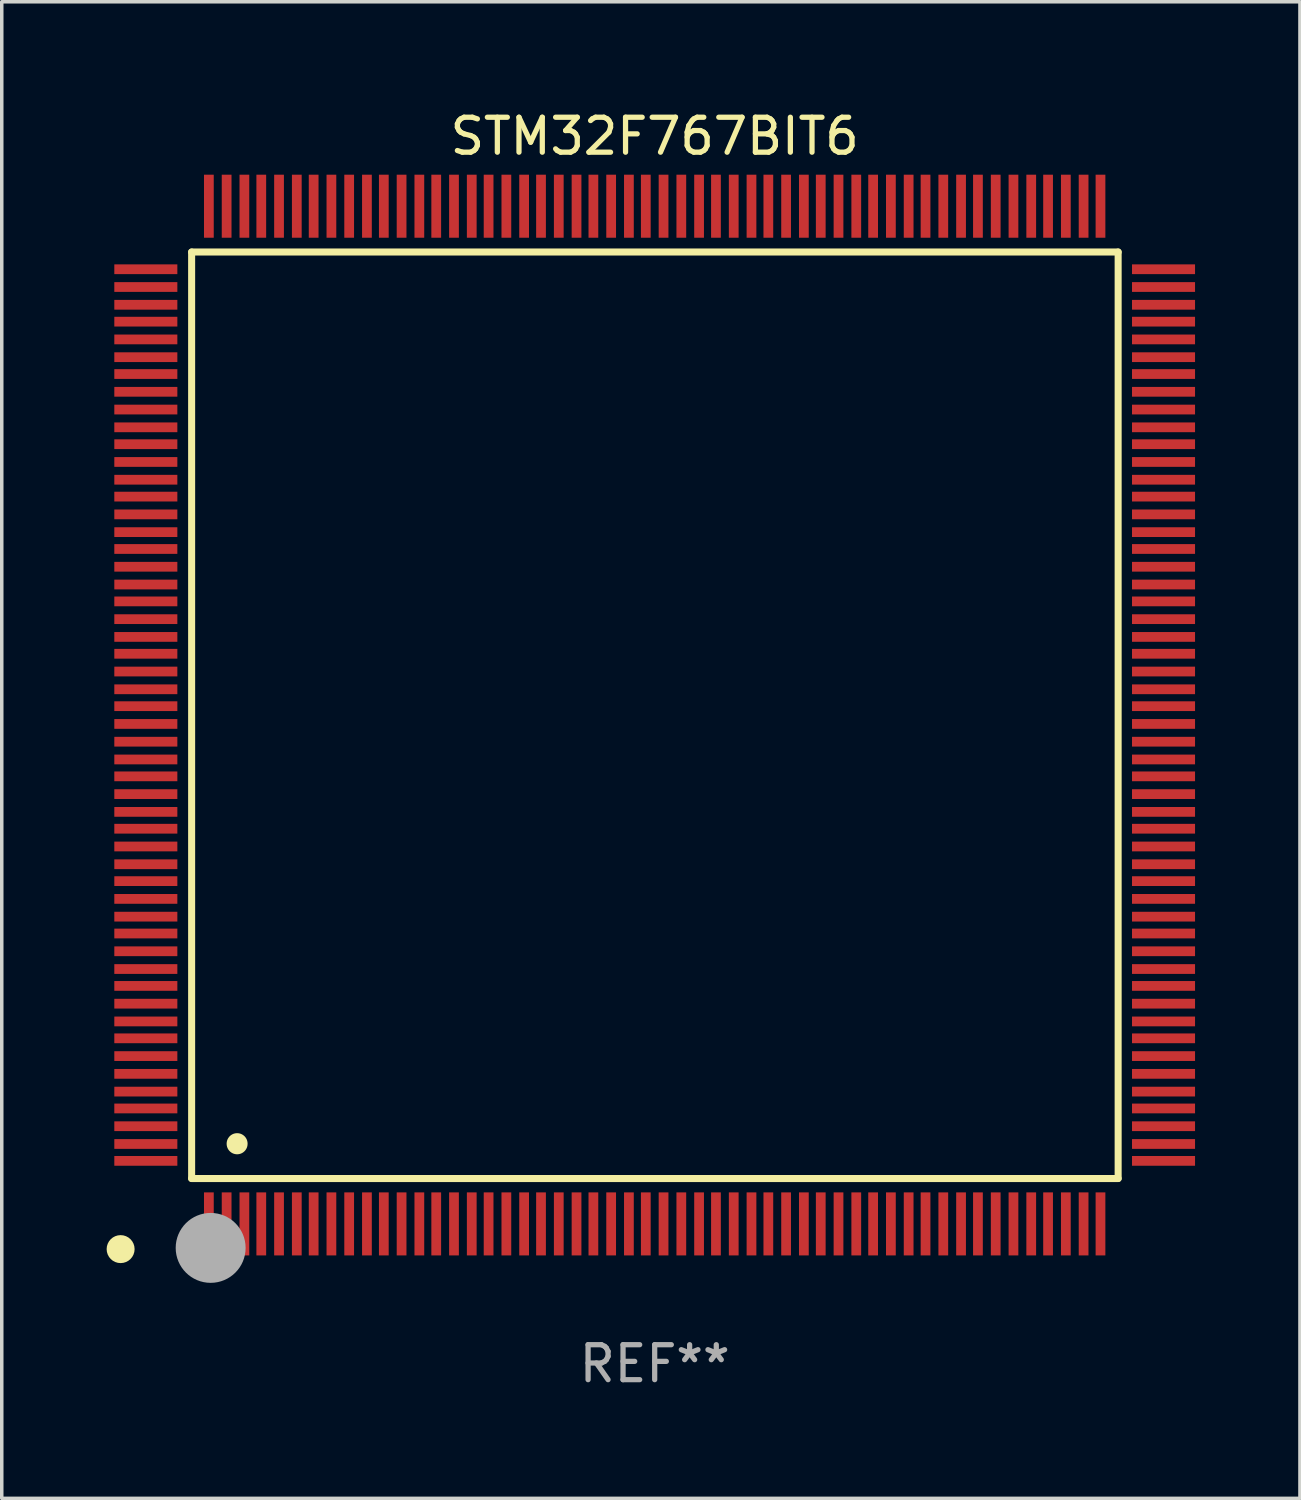
<source format=kicad_pcb>
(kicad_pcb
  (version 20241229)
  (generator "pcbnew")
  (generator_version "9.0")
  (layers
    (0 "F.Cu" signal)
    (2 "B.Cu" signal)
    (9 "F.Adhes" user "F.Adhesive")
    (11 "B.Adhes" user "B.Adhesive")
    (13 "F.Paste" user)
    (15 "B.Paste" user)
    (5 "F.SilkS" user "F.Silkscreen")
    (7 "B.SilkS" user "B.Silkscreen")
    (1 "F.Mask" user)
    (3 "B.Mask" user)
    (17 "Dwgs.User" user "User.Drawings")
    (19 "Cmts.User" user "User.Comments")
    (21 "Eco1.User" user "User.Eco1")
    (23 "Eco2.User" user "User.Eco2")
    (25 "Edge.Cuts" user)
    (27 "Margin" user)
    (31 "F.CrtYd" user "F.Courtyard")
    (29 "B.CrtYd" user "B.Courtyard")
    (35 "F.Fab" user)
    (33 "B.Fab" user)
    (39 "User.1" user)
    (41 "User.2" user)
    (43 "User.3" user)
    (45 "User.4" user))
  (footprint "STM32F767BIT6"
    (layer "F.Cu")
    (at 15.675 17.402)
    (property "Reference" "STM32F767BIT6" (at 0 -16.554 0) (layer "F.SilkS") (effects (font (size 1 1) (thickness 0.15))))
    (attr through_hole)
    (fp_line (start -13.244 -13.244) (end -13.244 13.256) (stroke (width 0.201) (type solid)) (layer "F.SilkS"))
    (fp_line (start -13.244 13.256) (end 13.256 13.256) (stroke (width 0.201) (type solid)) (layer "F.SilkS"))
    (fp_line (start 13.256 -13.244) (end -13.244 -13.244) (stroke (width 0.201) (type solid)) (layer "F.SilkS"))
    (fp_line (start 13.256 13.256) (end 13.256 -13.244) (stroke (width 0.201) (type solid)) (layer "F.SilkS"))
    (fp_arc (start -13.268987 14.90983) (mid -13.268992 14.90856) (end -13.268987 14.90729) (stroke (width 0.299721) (type solid)) (layer "F.SilkS"))
    (fp_arc (start -11.943104 12.263145) (mid -11.943115 12.260605) (end -11.943104 12.258065) (stroke (width 0.599441) (type solid)) (layer "F.SilkS"))
    (fp_circle (center -15.275 15.275) (end -15.075 15.275) (stroke (width 0.4) (type solid)) (fill no) (layer "F.SilkS"))
    (fp_circle (center -12.7 15.24) (end -12.2 15.24) (stroke (width 1) (type solid)) (fill no) (layer "F.Fab"))
    (fp_text user "REF**" (at 0 18.554 0) (layer "F.Fab") (effects (font (size 1 1) (thickness 0.15))))
    (pad "1" smd rect (at -12.751 14.554 180) (size 0.279 1.803) (layers "F.Cu" "F.Mask" "F.Paste"))
    (pad "2" smd rect (at -12.243 14.554 180) (size 0.279 1.803) (layers "F.Cu" "F.Mask" "F.Paste"))
    (pad "3" smd rect (at -11.735 14.554 180) (size 0.279 1.803) (layers "F.Cu" "F.Mask" "F.Paste"))
    (pad "4" smd rect (at -11.252 14.554 180) (size 0.279 1.803) (layers "F.Cu" "F.Mask" "F.Paste"))
    (pad "5" smd rect (at -10.744 14.554 180) (size 0.279 1.803) (layers "F.Cu" "F.Mask" "F.Paste"))
    (pad "6" smd rect (at -10.236 14.554 180) (size 0.279 1.803) (layers "F.Cu" "F.Mask" "F.Paste"))
    (pad "7" smd rect (at -9.754 14.554 180) (size 0.279 1.803) (layers "F.Cu" "F.Mask" "F.Paste"))
    (pad "8" smd rect (at -9.246 14.554 180) (size 0.279 1.803) (layers "F.Cu" "F.Mask" "F.Paste"))
    (pad "9" smd rect (at -8.738 14.554 180) (size 0.279 1.803) (layers "F.Cu" "F.Mask" "F.Paste"))
    (pad "10" smd rect (at -8.23 14.554 180) (size 0.279 1.803) (layers "F.Cu" "F.Mask" "F.Paste"))
    (pad "11" smd rect (at -7.747 14.554 180) (size 0.279 1.803) (layers "F.Cu" "F.Mask" "F.Paste"))
    (pad "12" smd rect (at -7.239 14.554 180) (size 0.279 1.803) (layers "F.Cu" "F.Mask" "F.Paste"))
    (pad "13" smd rect (at -6.731 14.554 180) (size 0.279 1.803) (layers "F.Cu" "F.Mask" "F.Paste"))
    (pad "14" smd rect (at -6.248 14.554 180) (size 0.279 1.803) (layers "F.Cu" "F.Mask" "F.Paste"))
    (pad "15" smd rect (at -5.74 14.554 180) (size 0.279 1.803) (layers "F.Cu" "F.Mask" "F.Paste"))
    (pad "16" smd rect (at -5.232 14.554 180) (size 0.279 1.803) (layers "F.Cu" "F.Mask" "F.Paste"))
    (pad "17" smd rect (at -4.75 14.554 180) (size 0.279 1.803) (layers "F.Cu" "F.Mask" "F.Paste"))
    (pad "18" smd rect (at -4.242 14.554 180) (size 0.279 1.803) (layers "F.Cu" "F.Mask" "F.Paste"))
    (pad "19" smd rect (at -3.734 14.554 180) (size 0.279 1.803) (layers "F.Cu" "F.Mask" "F.Paste"))
    (pad "20" smd rect (at -3.251 14.554 180) (size 0.279 1.803) (layers "F.Cu" "F.Mask" "F.Paste"))
    (pad "21" smd rect (at -2.743 14.554 180) (size 0.279 1.803) (layers "F.Cu" "F.Mask" "F.Paste"))
    (pad "22" smd rect (at -2.235 14.554 180) (size 0.279 1.803) (layers "F.Cu" "F.Mask" "F.Paste"))
    (pad "23" smd rect (at -1.753 14.554 180) (size 0.279 1.803) (layers "F.Cu" "F.Mask" "F.Paste"))
    (pad "24" smd rect (at -1.245 14.554 180) (size 0.279 1.803) (layers "F.Cu" "F.Mask" "F.Paste"))
    (pad "25" smd rect (at -0.737 14.554 180) (size 0.279 1.803) (layers "F.Cu" "F.Mask" "F.Paste"))
    (pad "26" smd rect (at -0.254 14.554 180) (size 0.279 1.803) (layers "F.Cu" "F.Mask" "F.Paste"))
    (pad "27" smd rect (at 0.254 14.554 180) (size 0.279 1.803) (layers "F.Cu" "F.Mask" "F.Paste"))
    (pad "28" smd rect (at 0.762 14.554 180) (size 0.279 1.803) (layers "F.Cu" "F.Mask" "F.Paste"))
    (pad "29" smd rect (at 1.27 14.554 180) (size 0.279 1.803) (layers "F.Cu" "F.Mask" "F.Paste"))
    (pad "30" smd rect (at 1.753 14.554 180) (size 0.279 1.803) (layers "F.Cu" "F.Mask" "F.Paste"))
    (pad "31" smd rect (at 2.261 14.554 180) (size 0.279 1.803) (layers "F.Cu" "F.Mask" "F.Paste"))
    (pad "32" smd rect (at 2.769 14.554 180) (size 0.279 1.803) (layers "F.Cu" "F.Mask" "F.Paste"))
    (pad "33" smd rect (at 3.251 14.554 180) (size 0.279 1.803) (layers "F.Cu" "F.Mask" "F.Paste"))
    (pad "34" smd rect (at 3.759 14.554 180) (size 0.279 1.803) (layers "F.Cu" "F.Mask" "F.Paste"))
    (pad "35" smd rect (at 4.267 14.554 180) (size 0.279 1.803) (layers "F.Cu" "F.Mask" "F.Paste"))
    (pad "36" smd rect (at 4.75 14.554 180) (size 0.279 1.803) (layers "F.Cu" "F.Mask" "F.Paste"))
    (pad "37" smd rect (at 5.258 14.554 180) (size 0.279 1.803) (layers "F.Cu" "F.Mask" "F.Paste"))
    (pad "38" smd rect (at 5.766 14.554 180) (size 0.279 1.803) (layers "F.Cu" "F.Mask" "F.Paste"))
    (pad "39" smd rect (at 6.248 14.554 180) (size 0.279 1.803) (layers "F.Cu" "F.Mask" "F.Paste"))
    (pad "40" smd rect (at 6.756 14.554 180) (size 0.279 1.803) (layers "F.Cu" "F.Mask" "F.Paste"))
    (pad "41" smd rect (at 7.264 14.554 180) (size 0.279 1.803) (layers "F.Cu" "F.Mask" "F.Paste"))
    (pad "42" smd rect (at 7.747 14.554 180) (size 0.279 1.803) (layers "F.Cu" "F.Mask" "F.Paste"))
    (pad "43" smd rect (at 8.255 14.554 180) (size 0.279 1.803) (layers "F.Cu" "F.Mask" "F.Paste"))
    (pad "44" smd rect (at 8.763 14.554 180) (size 0.279 1.803) (layers "F.Cu" "F.Mask" "F.Paste"))
    (pad "45" smd rect (at 9.246 14.554 180) (size 0.279 1.803) (layers "F.Cu" "F.Mask" "F.Paste"))
    (pad "46" smd rect (at 9.754 14.554 180) (size 0.279 1.803) (layers "F.Cu" "F.Mask" "F.Paste"))
    (pad "47" smd rect (at 10.262 14.554 180) (size 0.279 1.803) (layers "F.Cu" "F.Mask" "F.Paste"))
    (pad "48" smd rect (at 10.77 14.554 180) (size 0.279 1.803) (layers "F.Cu" "F.Mask" "F.Paste"))
    (pad "49" smd rect (at 11.252 14.554 180) (size 0.279 1.803) (layers "F.Cu" "F.Mask" "F.Paste"))
    (pad "50" smd rect (at 11.76 14.554 180) (size 0.279 1.803) (layers "F.Cu" "F.Mask" "F.Paste"))
    (pad "51" smd rect (at 12.268 14.554 180) (size 0.279 1.803) (layers "F.Cu" "F.Mask" "F.Paste"))
    (pad "52" smd rect (at 12.751 14.554 180) (size 0.279 1.803) (layers "F.Cu" "F.Mask" "F.Paste"))
    (pad "53" smd rect (at 14.554 12.751 90) (size 0.279 1.803) (layers "F.Cu" "F.Mask" "F.Paste"))
    (pad "54" smd rect (at 14.554 12.268 90) (size 0.279 1.803) (layers "F.Cu" "F.Mask" "F.Paste"))
    (pad "55" smd rect (at 14.554 11.76 90) (size 0.279 1.803) (layers "F.Cu" "F.Mask" "F.Paste"))
    (pad "56" smd rect (at 14.554 11.252 90) (size 0.279 1.803) (layers "F.Cu" "F.Mask" "F.Paste"))
    (pad "57" smd rect (at 14.554 10.77 90) (size 0.279 1.803) (layers "F.Cu" "F.Mask" "F.Paste"))
    (pad "58" smd rect (at 14.554 10.262 90) (size 0.279 1.803) (layers "F.Cu" "F.Mask" "F.Paste"))
    (pad "59" smd rect (at 14.554 9.754 90) (size 0.279 1.803) (layers "F.Cu" "F.Mask" "F.Paste"))
    (pad "60" smd rect (at 14.554 9.246 90) (size 0.279 1.803) (layers "F.Cu" "F.Mask" "F.Paste"))
    (pad "61" smd rect (at 14.554 8.763 90) (size 0.279 1.803) (layers "F.Cu" "F.Mask" "F.Paste"))
    (pad "62" smd rect (at 14.554 8.255 90) (size 0.279 1.803) (layers "F.Cu" "F.Mask" "F.Paste"))
    (pad "63" smd rect (at 14.554 7.747 90) (size 0.279 1.803) (layers "F.Cu" "F.Mask" "F.Paste"))
    (pad "64" smd rect (at 14.554 7.264 90) (size 0.279 1.803) (layers "F.Cu" "F.Mask" "F.Paste"))
    (pad "65" smd rect (at 14.554 6.756 90) (size 0.279 1.803) (layers "F.Cu" "F.Mask" "F.Paste"))
    (pad "66" smd rect (at 14.554 6.248 90) (size 0.279 1.803) (layers "F.Cu" "F.Mask" "F.Paste"))
    (pad "67" smd rect (at 14.554 5.766 90) (size 0.279 1.803) (layers "F.Cu" "F.Mask" "F.Paste"))
    (pad "68" smd rect (at 14.554 5.258 90) (size 0.279 1.803) (layers "F.Cu" "F.Mask" "F.Paste"))
    (pad "69" smd rect (at 14.554 4.75 90) (size 0.279 1.803) (layers "F.Cu" "F.Mask" "F.Paste"))
    (pad "70" smd rect (at 14.554 4.267 90) (size 0.279 1.803) (layers "F.Cu" "F.Mask" "F.Paste"))
    (pad "71" smd rect (at 14.554 3.759 90) (size 0.279 1.803) (layers "F.Cu" "F.Mask" "F.Paste"))
    (pad "72" smd rect (at 14.554 3.251 90) (size 0.279 1.803) (layers "F.Cu" "F.Mask" "F.Paste"))
    (pad "73" smd rect (at 14.554 2.769 90) (size 0.279 1.803) (layers "F.Cu" "F.Mask" "F.Paste"))
    (pad "74" smd rect (at 14.554 2.261 90) (size 0.279 1.803) (layers "F.Cu" "F.Mask" "F.Paste"))
    (pad "75" smd rect (at 14.554 1.753 90) (size 0.279 1.803) (layers "F.Cu" "F.Mask" "F.Paste"))
    (pad "76" smd rect (at 14.554 1.27 90) (size 0.279 1.803) (layers "F.Cu" "F.Mask" "F.Paste"))
    (pad "77" smd rect (at 14.554 0.762 90) (size 0.279 1.803) (layers "F.Cu" "F.Mask" "F.Paste"))
    (pad "78" smd rect (at 14.554 0.254 90) (size 0.279 1.803) (layers "F.Cu" "F.Mask" "F.Paste"))
    (pad "79" smd rect (at 14.554 -0.254 90) (size 0.279 1.803) (layers "F.Cu" "F.Mask" "F.Paste"))
    (pad "80" smd rect (at 14.554 -0.737 90) (size 0.279 1.803) (layers "F.Cu" "F.Mask" "F.Paste"))
    (pad "81" smd rect (at 14.554 -1.245 90) (size 0.279 1.803) (layers "F.Cu" "F.Mask" "F.Paste"))
    (pad "82" smd rect (at 14.554 -1.753 90) (size 0.279 1.803) (layers "F.Cu" "F.Mask" "F.Paste"))
    (pad "83" smd rect (at 14.554 -2.235 90) (size 0.279 1.803) (layers "F.Cu" "F.Mask" "F.Paste"))
    (pad "84" smd rect (at 14.554 -2.743 90) (size 0.279 1.803) (layers "F.Cu" "F.Mask" "F.Paste"))
    (pad "85" smd rect (at 14.554 -3.251 90) (size 0.279 1.803) (layers "F.Cu" "F.Mask" "F.Paste"))
    (pad "86" smd rect (at 14.554 -3.734 90) (size 0.279 1.803) (layers "F.Cu" "F.Mask" "F.Paste"))
    (pad "87" smd rect (at 14.554 -4.242 90) (size 0.279 1.803) (layers "F.Cu" "F.Mask" "F.Paste"))
    (pad "88" smd rect (at 14.554 -4.75 90) (size 0.279 1.803) (layers "F.Cu" "F.Mask" "F.Paste"))
    (pad "89" smd rect (at 14.554 -5.232 90) (size 0.279 1.803) (layers "F.Cu" "F.Mask" "F.Paste"))
    (pad "90" smd rect (at 14.554 -5.74 90) (size 0.279 1.803) (layers "F.Cu" "F.Mask" "F.Paste"))
    (pad "91" smd rect (at 14.554 -6.248 90) (size 0.279 1.803) (layers "F.Cu" "F.Mask" "F.Paste"))
    (pad "92" smd rect (at 14.554 -6.731 90) (size 0.279 1.803) (layers "F.Cu" "F.Mask" "F.Paste"))
    (pad "93" smd rect (at 14.554 -7.239 90) (size 0.279 1.803) (layers "F.Cu" "F.Mask" "F.Paste"))
    (pad "94" smd rect (at 14.554 -7.747 90) (size 0.279 1.803) (layers "F.Cu" "F.Mask" "F.Paste"))
    (pad "95" smd rect (at 14.554 -8.23 90) (size 0.279 1.803) (layers "F.Cu" "F.Mask" "F.Paste"))
    (pad "96" smd rect (at 14.554 -8.738 90) (size 0.279 1.803) (layers "F.Cu" "F.Mask" "F.Paste"))
    (pad "97" smd rect (at 14.554 -9.246 90) (size 0.279 1.803) (layers "F.Cu" "F.Mask" "F.Paste"))
    (pad "98" smd rect (at 14.554 -9.754 90) (size 0.279 1.803) (layers "F.Cu" "F.Mask" "F.Paste"))
    (pad "99" smd rect (at 14.554 -10.236 90) (size 0.279 1.803) (layers "F.Cu" "F.Mask" "F.Paste"))
    (pad "100" smd rect (at 14.554 -10.744 90) (size 0.279 1.803) (layers "F.Cu" "F.Mask" "F.Paste"))
    (pad "101" smd rect (at 14.554 -11.252 90) (size 0.279 1.803) (layers "F.Cu" "F.Mask" "F.Paste"))
    (pad "102" smd rect (at 14.554 -11.735 90) (size 0.279 1.803) (layers "F.Cu" "F.Mask" "F.Paste"))
    (pad "103" smd rect (at 14.554 -12.243 90) (size 0.279 1.803) (layers "F.Cu" "F.Mask" "F.Paste"))
    (pad "104" smd rect (at 14.554 -12.751 90) (size 0.279 1.803) (layers "F.Cu" "F.Mask" "F.Paste"))
    (pad "105" smd rect (at 12.751 -14.554 180) (size 0.279 1.803) (layers "F.Cu" "F.Mask" "F.Paste"))
    (pad "106" smd rect (at 12.268 -14.554 180) (size 0.279 1.803) (layers "F.Cu" "F.Mask" "F.Paste"))
    (pad "107" smd rect (at 11.76 -14.554 180) (size 0.279 1.803) (layers "F.Cu" "F.Mask" "F.Paste"))
    (pad "108" smd rect (at 11.252 -14.554 180) (size 0.279 1.803) (layers "F.Cu" "F.Mask" "F.Paste"))
    (pad "109" smd rect (at 10.77 -14.554 180) (size 0.279 1.803) (layers "F.Cu" "F.Mask" "F.Paste"))
    (pad "110" smd rect (at 10.262 -14.554 180) (size 0.279 1.803) (layers "F.Cu" "F.Mask" "F.Paste"))
    (pad "111" smd rect (at 9.754 -14.554 180) (size 0.279 1.803) (layers "F.Cu" "F.Mask" "F.Paste"))
    (pad "112" smd rect (at 9.246 -14.554 180) (size 0.279 1.803) (layers "F.Cu" "F.Mask" "F.Paste"))
    (pad "113" smd rect (at 8.763 -14.554 180) (size 0.279 1.803) (layers "F.Cu" "F.Mask" "F.Paste"))
    (pad "114" smd rect (at 8.255 -14.554 180) (size 0.279 1.803) (layers "F.Cu" "F.Mask" "F.Paste"))
    (pad "115" smd rect (at 7.747 -14.554 180) (size 0.279 1.803) (layers "F.Cu" "F.Mask" "F.Paste"))
    (pad "116" smd rect (at 7.264 -14.554 180) (size 0.279 1.803) (layers "F.Cu" "F.Mask" "F.Paste"))
    (pad "117" smd rect (at 6.756 -14.554 180) (size 0.279 1.803) (layers "F.Cu" "F.Mask" "F.Paste"))
    (pad "118" smd rect (at 6.248 -14.554 180) (size 0.279 1.803) (layers "F.Cu" "F.Mask" "F.Paste"))
    (pad "119" smd rect (at 5.766 -14.554 180) (size 0.279 1.803) (layers "F.Cu" "F.Mask" "F.Paste"))
    (pad "120" smd rect (at 5.258 -14.554 180) (size 0.279 1.803) (layers "F.Cu" "F.Mask" "F.Paste"))
    (pad "121" smd rect (at 4.75 -14.554 180) (size 0.279 1.803) (layers "F.Cu" "F.Mask" "F.Paste"))
    (pad "122" smd rect (at 4.267 -14.554 180) (size 0.279 1.803) (layers "F.Cu" "F.Mask" "F.Paste"))
    (pad "123" smd rect (at 3.759 -14.554 180) (size 0.279 1.803) (layers "F.Cu" "F.Mask" "F.Paste"))
    (pad "124" smd rect (at 3.251 -14.554 180) (size 0.279 1.803) (layers "F.Cu" "F.Mask" "F.Paste"))
    (pad "125" smd rect (at 2.769 -14.554 180) (size 0.279 1.803) (layers "F.Cu" "F.Mask" "F.Paste"))
    (pad "126" smd rect (at 2.261 -14.554 180) (size 0.279 1.803) (layers "F.Cu" "F.Mask" "F.Paste"))
    (pad "127" smd rect (at 1.753 -14.554 180) (size 0.279 1.803) (layers "F.Cu" "F.Mask" "F.Paste"))
    (pad "128" smd rect (at 1.27 -14.554 180) (size 0.279 1.803) (layers "F.Cu" "F.Mask" "F.Paste"))
    (pad "129" smd rect (at 0.762 -14.554 180) (size 0.279 1.803) (layers "F.Cu" "F.Mask" "F.Paste"))
    (pad "130" smd rect (at 0.254 -14.554 180) (size 0.279 1.803) (layers "F.Cu" "F.Mask" "F.Paste"))
    (pad "131" smd rect (at -0.254 -14.554 180) (size 0.279 1.803) (layers "F.Cu" "F.Mask" "F.Paste"))
    (pad "132" smd rect (at -0.737 -14.554 180) (size 0.279 1.803) (layers "F.Cu" "F.Mask" "F.Paste"))
    (pad "133" smd rect (at -1.245 -14.554 180) (size 0.279 1.803) (layers "F.Cu" "F.Mask" "F.Paste"))
    (pad "134" smd rect (at -1.753 -14.554 180) (size 0.279 1.803) (layers "F.Cu" "F.Mask" "F.Paste"))
    (pad "135" smd rect (at -2.235 -14.554 180) (size 0.279 1.803) (layers "F.Cu" "F.Mask" "F.Paste"))
    (pad "136" smd rect (at -2.743 -14.554 180) (size 0.279 1.803) (layers "F.Cu" "F.Mask" "F.Paste"))
    (pad "137" smd rect (at -3.251 -14.554 180) (size 0.279 1.803) (layers "F.Cu" "F.Mask" "F.Paste"))
    (pad "138" smd rect (at -3.734 -14.554 180) (size 0.279 1.803) (layers "F.Cu" "F.Mask" "F.Paste"))
    (pad "139" smd rect (at -4.242 -14.554 180) (size 0.279 1.803) (layers "F.Cu" "F.Mask" "F.Paste"))
    (pad "140" smd rect (at -4.75 -14.554 180) (size 0.279 1.803) (layers "F.Cu" "F.Mask" "F.Paste"))
    (pad "141" smd rect (at -5.232 -14.554 180) (size 0.279 1.803) (layers "F.Cu" "F.Mask" "F.Paste"))
    (pad "142" smd rect (at -5.74 -14.554 180) (size 0.279 1.803) (layers "F.Cu" "F.Mask" "F.Paste"))
    (pad "143" smd rect (at -6.248 -14.554 180) (size 0.279 1.803) (layers "F.Cu" "F.Mask" "F.Paste"))
    (pad "144" smd rect (at -6.731 -14.554 180) (size 0.279 1.803) (layers "F.Cu" "F.Mask" "F.Paste"))
    (pad "145" smd rect (at -7.239 -14.554 180) (size 0.279 1.803) (layers "F.Cu" "F.Mask" "F.Paste"))
    (pad "146" smd rect (at -7.747 -14.554 180) (size 0.279 1.803) (layers "F.Cu" "F.Mask" "F.Paste"))
    (pad "147" smd rect (at -8.23 -14.554 180) (size 0.279 1.803) (layers "F.Cu" "F.Mask" "F.Paste"))
    (pad "148" smd rect (at -8.738 -14.554 180) (size 0.279 1.803) (layers "F.Cu" "F.Mask" "F.Paste"))
    (pad "149" smd rect (at -9.246 -14.554 180) (size 0.279 1.803) (layers "F.Cu" "F.Mask" "F.Paste"))
    (pad "150" smd rect (at -9.754 -14.554 180) (size 0.279 1.803) (layers "F.Cu" "F.Mask" "F.Paste"))
    (pad "151" smd rect (at -10.236 -14.554 180) (size 0.279 1.803) (layers "F.Cu" "F.Mask" "F.Paste"))
    (pad "152" smd rect (at -10.744 -14.554 180) (size 0.279 1.803) (layers "F.Cu" "F.Mask" "F.Paste"))
    (pad "153" smd rect (at -11.252 -14.554 180) (size 0.279 1.803) (layers "F.Cu" "F.Mask" "F.Paste"))
    (pad "154" smd rect (at -11.735 -14.554 180) (size 0.279 1.803) (layers "F.Cu" "F.Mask" "F.Paste"))
    (pad "155" smd rect (at -12.243 -14.554 180) (size 0.279 1.803) (layers "F.Cu" "F.Mask" "F.Paste"))
    (pad "156" smd rect (at -12.751 -14.554 180) (size 0.279 1.803) (layers "F.Cu" "F.Mask" "F.Paste"))
    (pad "157" smd rect (at -14.554 -12.751 90) (size 0.279 1.803) (layers "F.Cu" "F.Mask" "F.Paste"))
    (pad "158" smd rect (at -14.554 -12.243 90) (size 0.279 1.803) (layers "F.Cu" "F.Mask" "F.Paste"))
    (pad "159" smd rect (at -14.554 -11.735 90) (size 0.279 1.803) (layers "F.Cu" "F.Mask" "F.Paste"))
    (pad "160" smd rect (at -14.554 -11.252 90) (size 0.279 1.803) (layers "F.Cu" "F.Mask" "F.Paste"))
    (pad "161" smd rect (at -14.554 -10.744 90) (size 0.279 1.803) (layers "F.Cu" "F.Mask" "F.Paste"))
    (pad "162" smd rect (at -14.554 -10.236 90) (size 0.279 1.803) (layers "F.Cu" "F.Mask" "F.Paste"))
    (pad "163" smd rect (at -14.554 -9.754 90) (size 0.279 1.803) (layers "F.Cu" "F.Mask" "F.Paste"))
    (pad "164" smd rect (at -14.554 -9.246 90) (size 0.279 1.803) (layers "F.Cu" "F.Mask" "F.Paste"))
    (pad "165" smd rect (at -14.554 -8.738 90) (size 0.279 1.803) (layers "F.Cu" "F.Mask" "F.Paste"))
    (pad "166" smd rect (at -14.554 -8.23 90) (size 0.279 1.803) (layers "F.Cu" "F.Mask" "F.Paste"))
    (pad "167" smd rect (at -14.554 -7.747 90) (size 0.279 1.803) (layers "F.Cu" "F.Mask" "F.Paste"))
    (pad "168" smd rect (at -14.554 -7.239 90) (size 0.279 1.803) (layers "F.Cu" "F.Mask" "F.Paste"))
    (pad "169" smd rect (at -14.554 -6.731 90) (size 0.279 1.803) (layers "F.Cu" "F.Mask" "F.Paste"))
    (pad "170" smd rect (at -14.554 -6.248 90) (size 0.279 1.803) (layers "F.Cu" "F.Mask" "F.Paste"))
    (pad "171" smd rect (at -14.554 -5.74 90) (size 0.279 1.803) (layers "F.Cu" "F.Mask" "F.Paste"))
    (pad "172" smd rect (at -14.554 -5.232 90) (size 0.279 1.803) (layers "F.Cu" "F.Mask" "F.Paste"))
    (pad "173" smd rect (at -14.554 -4.75 90) (size 0.279 1.803) (layers "F.Cu" "F.Mask" "F.Paste"))
    (pad "174" smd rect (at -14.554 -4.242 90) (size 0.279 1.803) (layers "F.Cu" "F.Mask" "F.Paste"))
    (pad "175" smd rect (at -14.554 -3.734 90) (size 0.279 1.803) (layers "F.Cu" "F.Mask" "F.Paste"))
    (pad "176" smd rect (at -14.554 -3.251 90) (size 0.279 1.803) (layers "F.Cu" "F.Mask" "F.Paste"))
    (pad "177" smd rect (at -14.554 -2.743 90) (size 0.279 1.803) (layers "F.Cu" "F.Mask" "F.Paste"))
    (pad "178" smd rect (at -14.554 -2.235 90) (size 0.279 1.803) (layers "F.Cu" "F.Mask" "F.Paste"))
    (pad "179" smd rect (at -14.554 -1.753 90) (size 0.279 1.803) (layers "F.Cu" "F.Mask" "F.Paste"))
    (pad "180" smd rect (at -14.554 -1.245 90) (size 0.279 1.803) (layers "F.Cu" "F.Mask" "F.Paste"))
    (pad "181" smd rect (at -14.554 -0.737 90) (size 0.279 1.803) (layers "F.Cu" "F.Mask" "F.Paste"))
    (pad "182" smd rect (at -14.554 -0.254 90) (size 0.279 1.803) (layers "F.Cu" "F.Mask" "F.Paste"))
    (pad "183" smd rect (at -14.554 0.254 90) (size 0.279 1.803) (layers "F.Cu" "F.Mask" "F.Paste"))
    (pad "184" smd rect (at -14.554 0.762 90) (size 0.279 1.803) (layers "F.Cu" "F.Mask" "F.Paste"))
    (pad "185" smd rect (at -14.554 1.27 90) (size 0.279 1.803) (layers "F.Cu" "F.Mask" "F.Paste"))
    (pad "186" smd rect (at -14.554 1.753 90) (size 0.279 1.803) (layers "F.Cu" "F.Mask" "F.Paste"))
    (pad "187" smd rect (at -14.554 2.261 90) (size 0.279 1.803) (layers "F.Cu" "F.Mask" "F.Paste"))
    (pad "188" smd rect (at -14.554 2.769 90) (size 0.279 1.803) (layers "F.Cu" "F.Mask" "F.Paste"))
    (pad "189" smd rect (at -14.554 3.251 90) (size 0.279 1.803) (layers "F.Cu" "F.Mask" "F.Paste"))
    (pad "190" smd rect (at -14.554 3.759 90) (size 0.279 1.803) (layers "F.Cu" "F.Mask" "F.Paste"))
    (pad "191" smd rect (at -14.554 4.267 90) (size 0.279 1.803) (layers "F.Cu" "F.Mask" "F.Paste"))
    (pad "192" smd rect (at -14.554 4.75 90) (size 0.279 1.803) (layers "F.Cu" "F.Mask" "F.Paste"))
    (pad "193" smd rect (at -14.554 5.258 90) (size 0.279 1.803) (layers "F.Cu" "F.Mask" "F.Paste"))
    (pad "194" smd rect (at -14.554 5.766 90) (size 0.279 1.803) (layers "F.Cu" "F.Mask" "F.Paste"))
    (pad "195" smd rect (at -14.554 6.248 90) (size 0.279 1.803) (layers "F.Cu" "F.Mask" "F.Paste"))
    (pad "196" smd rect (at -14.554 6.756 90) (size 0.279 1.803) (layers "F.Cu" "F.Mask" "F.Paste"))
    (pad "197" smd rect (at -14.554 7.264 90) (size 0.279 1.803) (layers "F.Cu" "F.Mask" "F.Paste"))
    (pad "198" smd rect (at -14.554 7.747 90) (size 0.279 1.803) (layers "F.Cu" "F.Mask" "F.Paste"))
    (pad "199" smd rect (at -14.554 8.255 90) (size 0.279 1.803) (layers "F.Cu" "F.Mask" "F.Paste"))
    (pad "200" smd rect (at -14.554 8.763 90) (size 0.279 1.803) (layers "F.Cu" "F.Mask" "F.Paste"))
    (pad "201" smd rect (at -14.554 9.246 90) (size 0.279 1.803) (layers "F.Cu" "F.Mask" "F.Paste"))
    (pad "202" smd rect (at -14.554 9.754 90) (size 0.279 1.803) (layers "F.Cu" "F.Mask" "F.Paste"))
    (pad "203" smd rect (at -14.554 10.262 90) (size 0.279 1.803) (layers "F.Cu" "F.Mask" "F.Paste"))
    (pad "204" smd rect (at -14.554 10.77 90) (size 0.279 1.803) (layers "F.Cu" "F.Mask" "F.Paste"))
    (pad "205" smd rect (at -14.554 11.252 90) (size 0.279 1.803) (layers "F.Cu" "F.Mask" "F.Paste"))
    (pad "206" smd rect (at -14.554 11.76 90) (size 0.279 1.803) (layers "F.Cu" "F.Mask" "F.Paste"))
    (pad "207" smd rect (at -14.554 12.268 90) (size 0.279 1.803) (layers "F.Cu" "F.Mask" "F.Paste"))
    (pad "208" smd rect (at -14.554 12.751 90) (size 0.279 1.803) (layers "F.Cu" "F.Mask" "F.Paste")))
  (gr_rect
    (start -3 -3)
    (end 34.131 39.805)
    (stroke (width 0.1) (type default))
    (fill no)
    (layer "Edge.Cuts")))
</source>
